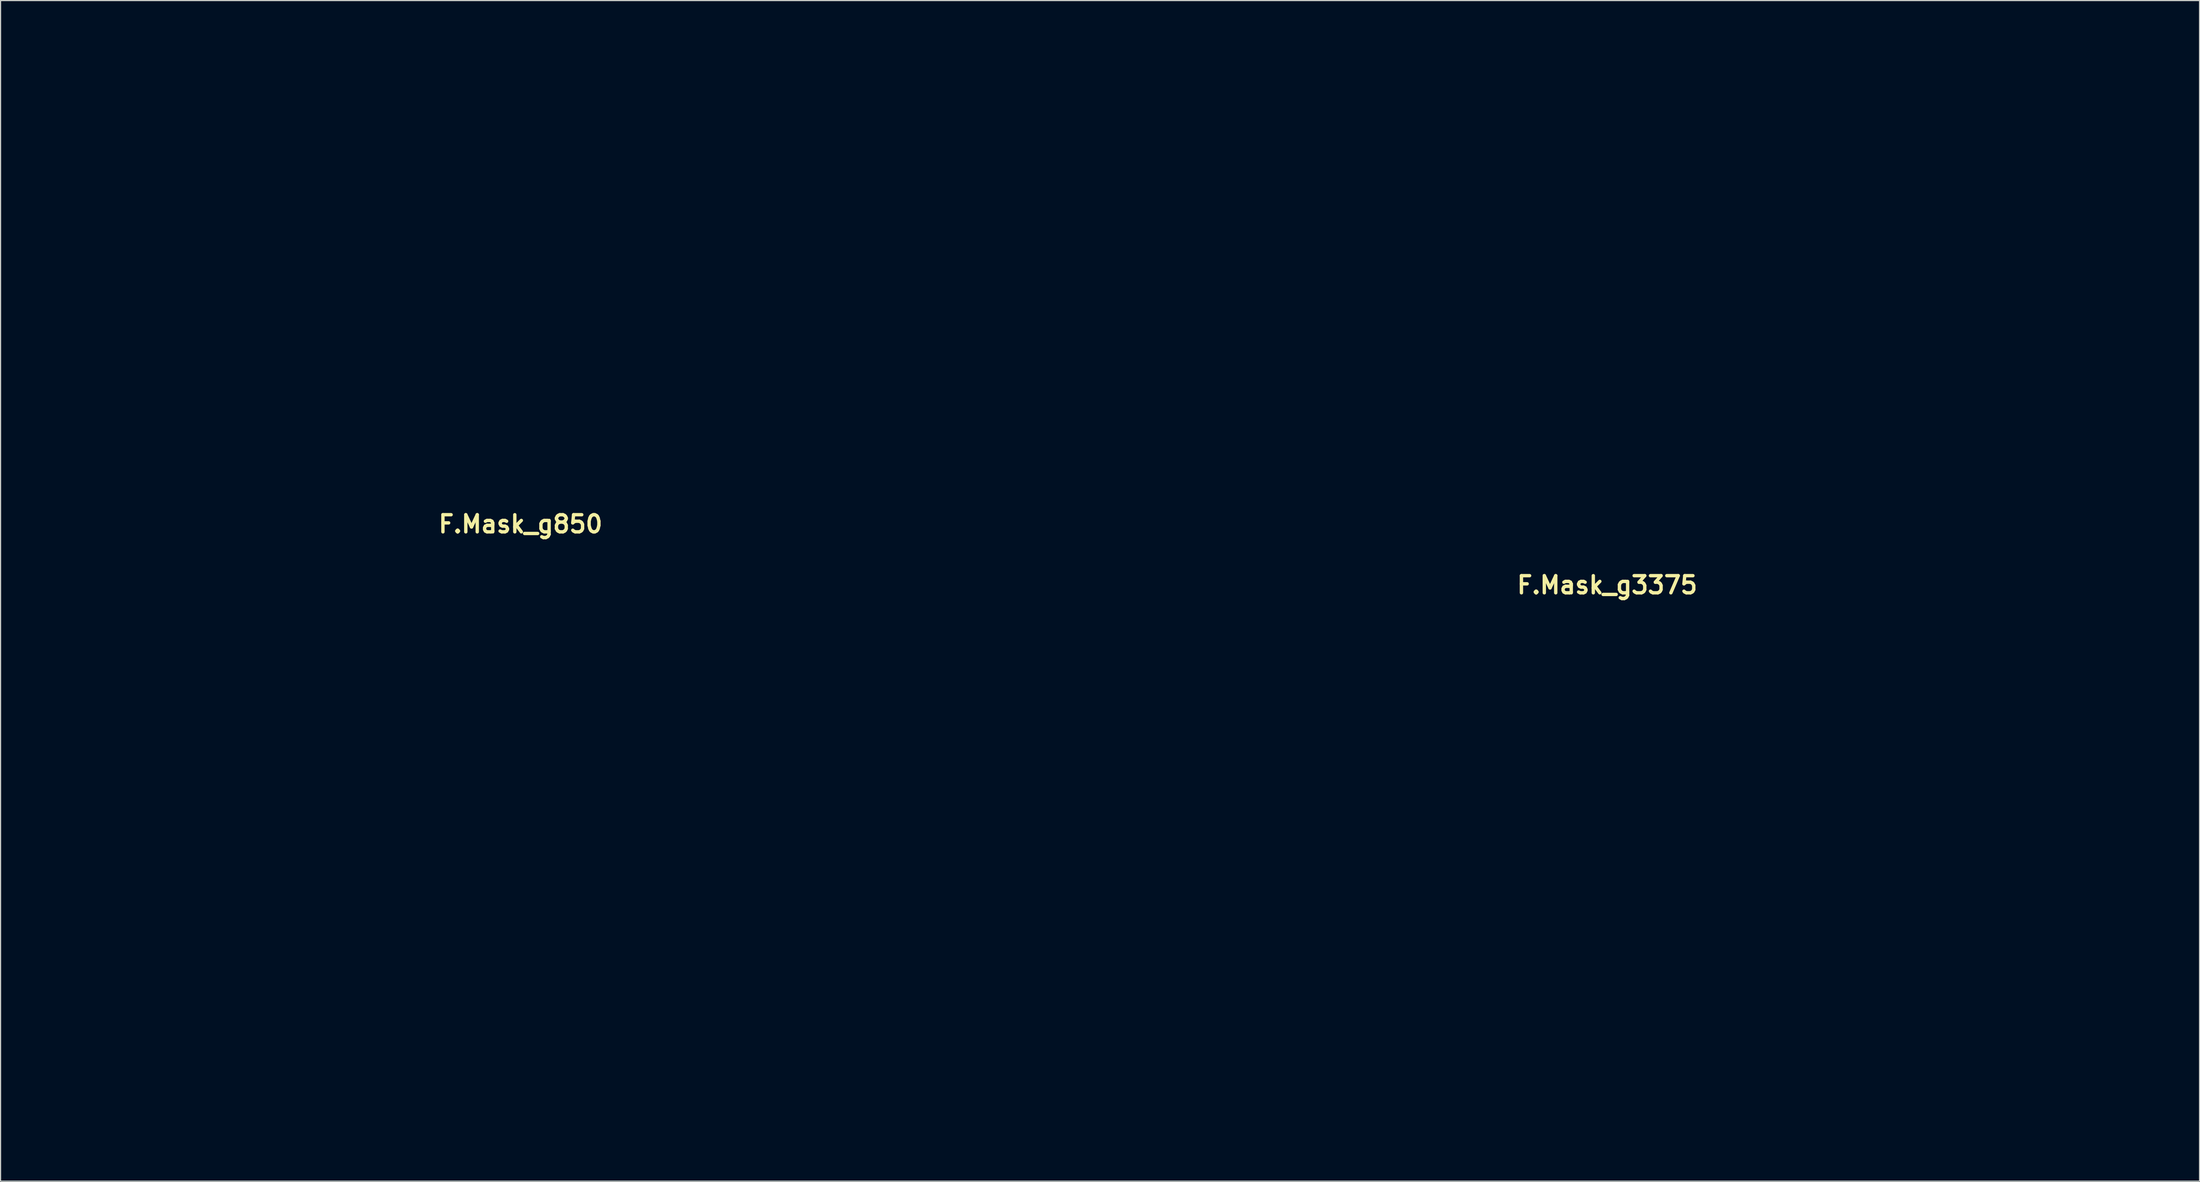
<source format=kicad_pcb>
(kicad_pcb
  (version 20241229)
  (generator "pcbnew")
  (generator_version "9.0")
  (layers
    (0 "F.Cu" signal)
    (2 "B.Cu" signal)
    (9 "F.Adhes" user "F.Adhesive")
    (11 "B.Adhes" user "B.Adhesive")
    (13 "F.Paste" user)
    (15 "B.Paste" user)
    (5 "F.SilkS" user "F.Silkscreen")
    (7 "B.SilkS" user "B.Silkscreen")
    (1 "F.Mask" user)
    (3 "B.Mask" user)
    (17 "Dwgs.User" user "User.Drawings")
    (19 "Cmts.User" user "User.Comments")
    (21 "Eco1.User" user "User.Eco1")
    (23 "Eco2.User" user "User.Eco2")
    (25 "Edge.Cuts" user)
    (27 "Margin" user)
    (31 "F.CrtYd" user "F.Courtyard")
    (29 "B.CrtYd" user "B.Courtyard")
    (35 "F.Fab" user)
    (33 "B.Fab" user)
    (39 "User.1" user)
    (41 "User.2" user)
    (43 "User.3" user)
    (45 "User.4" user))
  (footprint "F.Mask_g850"
    (layer "F.Cu")
    (at 43.206 43.545)
    (property "Reference" "F.Mask_g850" (at 0 0 0) (layer "F.SilkS") (effects (font (size 1.524 1.524) (thickness 0.3))))
    (attr through_hole)
    (fp_poly (pts (xy 44.175 -31.898) (xy 38.206 -31.898) (xy 38.206 -26.247) (xy 32.554 -26.247) (xy 32.554 -20.278) (xy 26.585 -20.278) (xy 26.585 -14.605) (xy 20.934 -14.605) (xy 20.934 -8.636) (xy 14.965 -8.636) (xy 14.965 -2.985) (xy 9.292 -2.985) (xy 9.292 2.985) (xy 3.323 2.985) (xy 3.323 8.636) (xy -2.328 8.636) (xy -2.328 14.605) (xy -13.949 14.605) (xy -13.949 20.256) (xy -2.328 20.256) (xy -2.328 26.226) (xy 3.323 26.226) (xy 3.323 31.898) (xy -2.349 31.898) (xy -2.349 26.247) (xy -13.97 26.247) (xy -13.97 20.278) (xy -19.918 20.278) (xy -19.918 26.247) (xy -25.569 26.247) (xy -25.569 31.898) (xy -31.559 31.898) (xy -31.559 37.846) (xy -28.57 37.851) (xy -28.348 37.852) (xy -28.168 37.852) (xy -28.029 37.853) (xy -27.93 37.853) (xy -27.871 37.854) (xy -27.85 37.854) (xy -27.868 37.855) (xy -27.923 37.855) (xy -28.014 37.856) (xy -28.142 37.857) (xy -28.305 37.857) (xy -28.502 37.858) (xy -28.734 37.858) (xy -28.998 37.859) (xy -29.295 37.859) (xy -29.624 37.86) (xy -29.983 37.86) (xy -30.373 37.861) (xy -30.793 37.861) (xy -31.241 37.862) (xy -31.395 37.862) (xy -37.211 37.867) (xy -37.211 43.519) (xy -43.201 43.519) (xy -43.201 37.846) (xy -37.232 37.846) (xy -37.227 32.03) (xy -37.227 31.571) (xy -37.226 31.139) (xy -37.226 30.736) (xy -37.225 30.362) (xy -37.225 30.018) (xy -37.224 29.705) (xy -37.223 29.424) (xy -37.223 29.175) (xy -37.222 28.959) (xy -37.222 28.777) (xy -37.221 28.63) (xy -37.221 28.518) (xy -37.22 28.442) (xy -37.219 28.403) (xy -37.219 28.401) (xy -37.218 28.438) (xy -37.218 28.514) (xy -37.217 28.63) (xy -37.217 28.787) (xy -37.216 28.984) (xy -37.216 29.046) (xy -37.211 31.877) (xy -31.581 31.877) (xy -31.581 26.226) (xy -25.59 26.226) (xy -25.59 20.256) (xy -19.939 20.256) (xy -19.939 14.605) (xy -25.59 14.605) (xy -25.59 2.985) (xy -31.581 2.985) (xy -31.581 -3.006) (xy -28.58 -3) (xy -25.58 -2.995) (xy -25.575 -0.016) (xy -25.569 2.963) (xy -19.918 2.963) (xy -19.918 14.605) (xy -13.97 14.605) (xy -13.97 2.963) (xy -8.319 2.963) (xy -8.319 -3.006) (xy -2.349 -3.006) (xy -2.349 -8.657) (xy 3.302 -8.657) (xy 3.302 -14.626) (xy 9.292 -14.626) (xy 9.292 -20.299) (xy 14.944 -20.299) (xy 14.944 -26.268) (xy 20.913 -26.268) (xy 20.913 -31.919) (xy 26.564 -31.919) (xy 26.564 -37.888) (xy 32.533 -37.888) (xy 32.533 -43.54) (xy 44.175 -43.54) (xy 44.175 -31.898)) (stroke (width 0.01) (type solid)) (fill yes) (layer "F.Mask")))
  (footprint "F.Mask_g3375"
    (layer "F.Cu")
    (at 139.773 48.964)
    (property "Reference" "F.Mask_g3375" (at 0 0 0) (layer "F.SilkS") (effects (font (size 1.524 1.524) (thickness 0.3))))
    (attr through_hole)
    (fp_poly (pts (xy 49.636 -31.327) (xy 43.963 -31.327) (xy 43.963 -25.675) (xy 37.973 -25.675) (xy 37.973 -19.706) (xy 32.3 -19.706) (xy 32.3 -14.055) (xy 26.31 -14.055) (xy 26.31 -8.065) (xy 20.637 -8.065) (xy 20.637 -2.413) (xy 14.647 -2.413) (xy 14.647 3.556) (xy 8.975 3.556) (xy 8.975 9.207) (xy 2.985 9.207) (xy 2.985 15.177) (xy -2.688 15.177) (xy -2.688 20.807) (xy 2.985 20.807) (xy 2.985 26.776) (xy 5.974 26.781) (xy 8.964 26.786) (xy 8.969 32.613) (xy 8.975 38.439) (xy -2.709 38.439) (xy -2.709 32.47) (xy -8.546 32.464) (xy -14.383 32.459) (xy -14.388 29.628) (xy -14.393 26.797) (xy -20.341 26.797) (xy -20.341 32.47) (xy -26.014 32.47) (xy -26.019 35.449) (xy -26.024 38.428) (xy -32.025 38.439) (xy -32.025 49.996) (xy -49.382 49.996) (xy -49.382 41.479) (xy -49.382 40.879) (xy -49.382 40.288) (xy -49.382 39.708) (xy -49.381 39.141) (xy -49.381 38.587) (xy -49.381 38.05) (xy -49.38 37.529) (xy -49.38 37.027) (xy -49.379 36.545) (xy -49.379 36.084) (xy -49.378 35.646) (xy -49.378 35.232) (xy -49.377 34.845) (xy -49.376 34.484) (xy -49.375 34.153) (xy -49.375 33.851) (xy -49.374 33.581) (xy -49.373 33.345) (xy -49.372 33.143) (xy -49.371 32.977) (xy -49.37 32.849) (xy -49.369 32.76) (xy -49.368 32.711) (xy -49.368 32.706) (xy -49.354 32.449) (xy -37.719 32.449) (xy -37.714 29.617) (xy -37.708 26.786) (xy -34.877 26.781) (xy -32.046 26.776) (xy -32.041 23.797) (xy -32.036 20.817) (xy -29.035 20.812) (xy -26.035 20.807) (xy -26.035 15.177) (xy -32.046 15.177) (xy -32.046 3.556) (xy -37.698 3.556) (xy -37.698 -8.086) (xy -26.014 -8.086) (xy -26.014 -2.434) (xy -20.341 -2.434) (xy -20.341 3.535) (xy -14.393 3.535) (xy -14.393 -2.434) (xy -8.7 -2.434) (xy -8.7 -8.086) (xy -2.709 -8.086) (xy -2.709 -14.076) (xy 2.963 -14.076) (xy 2.963 -19.727) (xy 8.954 -19.727) (xy 8.954 -25.696) (xy 14.626 -25.696) (xy 14.626 -31.348) (xy 20.616 -31.348) (xy 20.616 -37.317) (xy 26.289 -37.317) (xy 26.289 -42.968) (xy 32.279 -42.968) (xy 32.279 -48.931) (xy 32.771 -48.944) (xy 32.828 -48.945) (xy 32.925 -48.946) (xy 33.062 -48.947) (xy 33.236 -48.948) (xy 33.447 -48.949) (xy 33.692 -48.95) (xy 33.97 -48.951) (xy 34.279 -48.952) (xy 34.618 -48.953) (xy 34.986 -48.953) (xy 35.38 -48.954) (xy 35.8 -48.955) (xy 36.243 -48.955) (xy 36.708 -48.956) (xy 37.194 -48.956) (xy 37.698 -48.957) (xy 38.22 -48.957) (xy 38.758 -48.958) (xy 39.31 -48.958) (xy 39.875 -48.958) (xy 40.451 -48.958) (xy 41.037 -48.958) (xy 41.45 -48.958) (xy 49.636 -48.959) (xy 49.636 -31.327)) (stroke (width 0.01) (type solid)) (fill yes) (layer "F.Mask")))
  (gr_rect
    (start -3 -3)
    (end 192.414 101.964)
    (stroke (width 0.1) (type default))
    (fill no)
    (layer "Edge.Cuts")))
</source>
